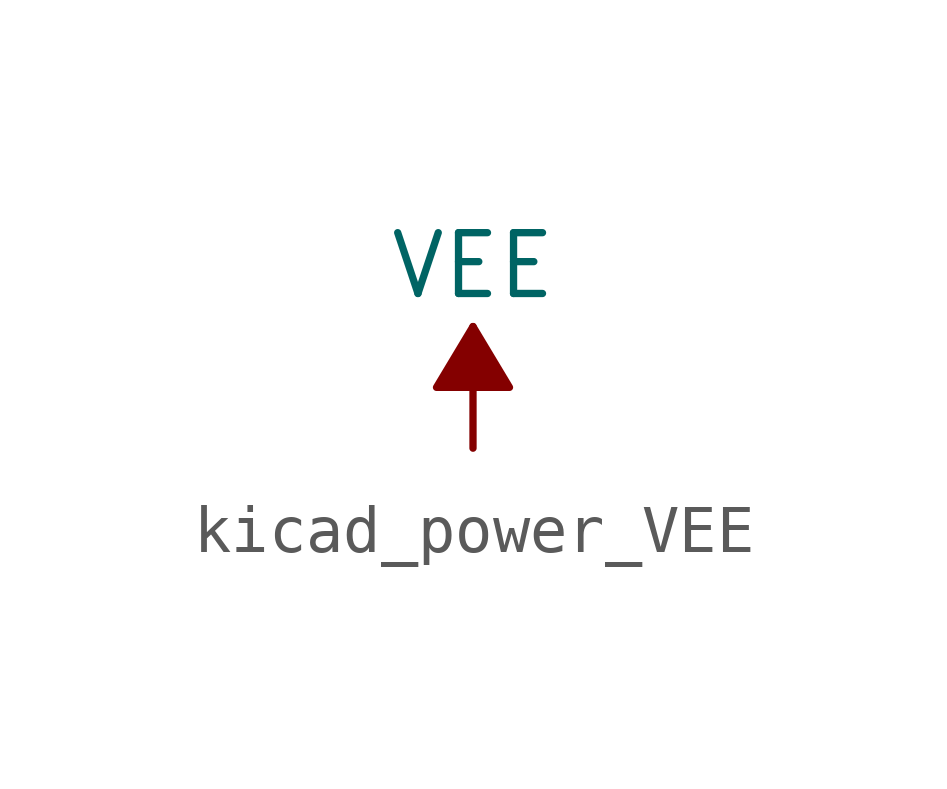
<source format=kicad_sym>
(kicad_symbol_lib
  (version 20220914)
  (generator kicad_symbol_editor)
  (symbol "kicad_power_VEE"
    (power)
    (pin_names
      (offset 0))
    (property "Reference" "#PWR"
      (at 0 -3.81 0)
      (effects (font (size 1.27 1.27)) hide))
    (property "Value" "VEE"
      (at 0 3.81 0)
      (effects (font (size 1.27 1.27))))
    (symbol "kicad_power_VEE_0_1"
      (polyline (pts (xy 0 0) (xy 0 2.54)) (stroke (width 0) (type default)) (fill (type none)))
      (polyline (pts (xy 0.762 1.27) (xy -0.762 1.27) (xy 0 2.54) (xy 0.762 1.27)) (stroke (width 0) (type default)) (fill (type outline))))
    (symbol "kicad_power_VEE_1_1"
      (pin power_in line (at 0 0 90) (length 0) hide (name "VEE" (effects (font (size 1.27 1.27)))) (number "1" (effects (font (size 1.27 1.27))))))))
</source>
